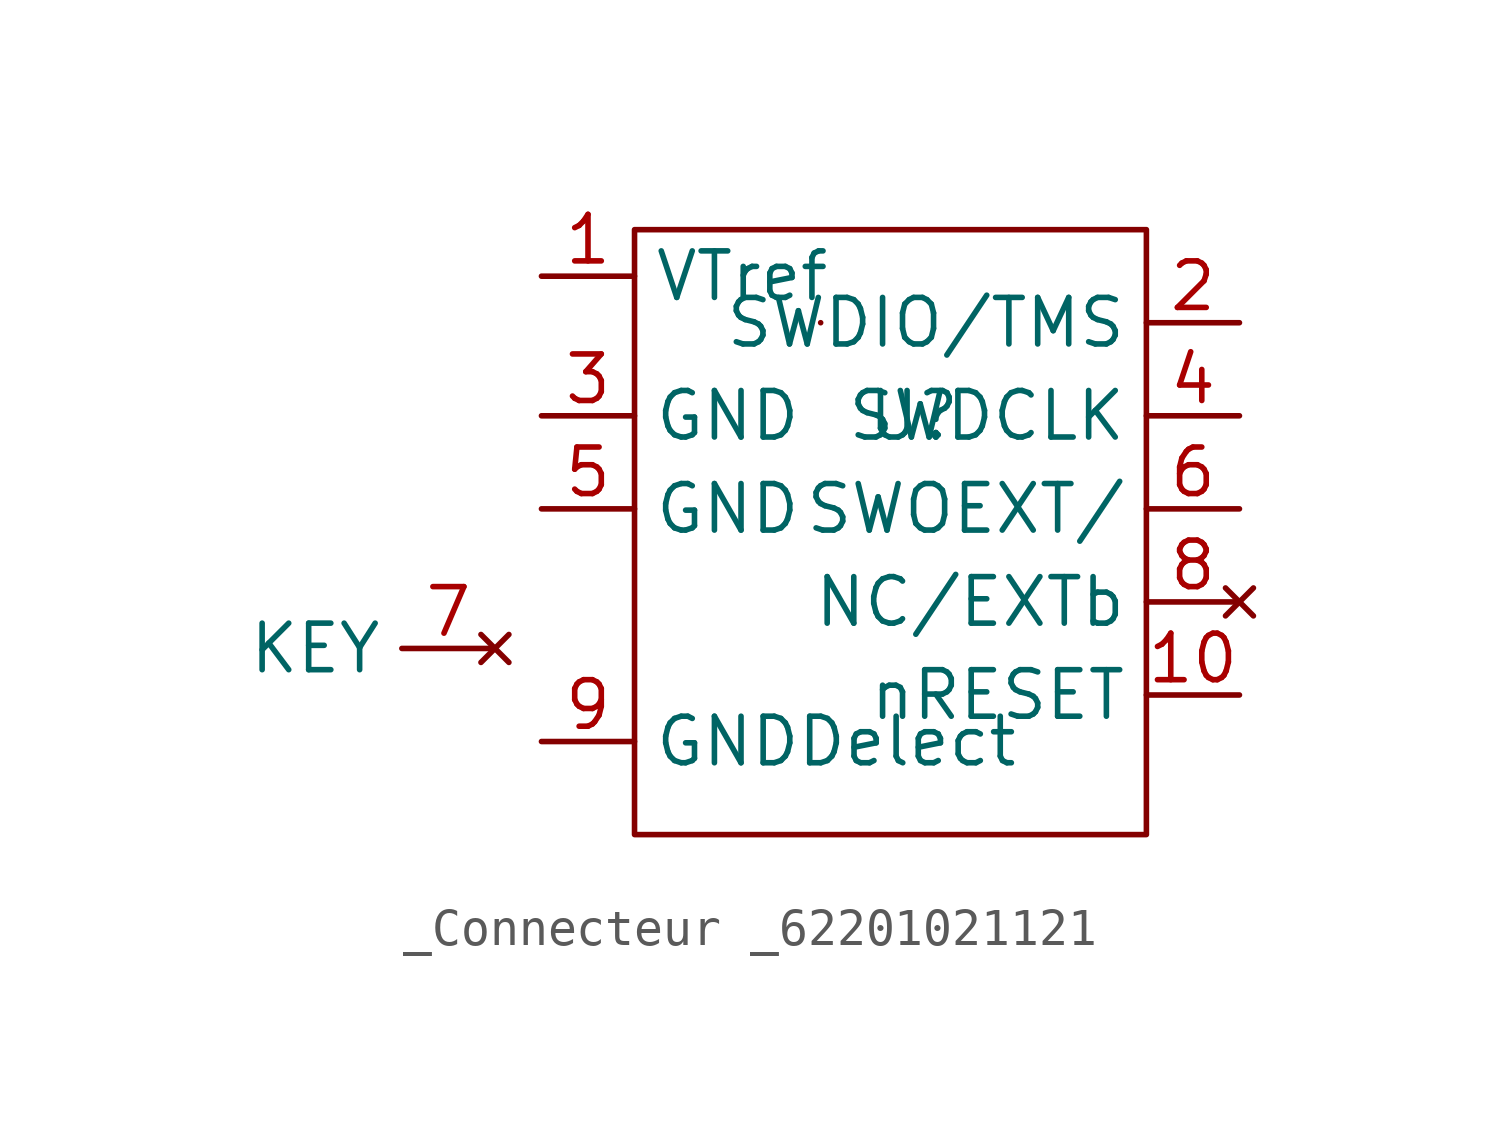
<source format=kicad_sym>
(kicad_symbol_lib
  (version 20220914)
  (generator kicad_symbol_editor)
  (symbol "_Connecteur _62201021121"
    (property "Reference" "U"
      (at 0 0 0)
      (effects (font (size 1.27 1.27))))
    (property "Value" ""
      (at 0 0 0)
      (effects (font (size 1.27 1.27))))
    (symbol "_Connecteur _62201021121_0_1"
      (rectangle (start -7.62 5.08) (end 6.35 -11.43) (stroke (width 0) (type default)) (fill (type none)))
      (rectangle (start -2.54 2.54) (end -2.54 2.54) (stroke (width 0) (type default)) (fill (type none))))
    (symbol "_Connecteur _62201021121_1_1"
      (pin power_in line (at -10.16 3.81 0) (length 2.54) (name "VTref" (effects (font (size 1.27 1.27)))) (number "1" (effects (font (size 1.27 1.27)))))
      (pin power_out line (at 8.89 -7.62 180) (length 2.54) (name "nRESET" (effects (font (size 1.27 1.27)))) (number "10" (effects (font (size 1.27 1.27)))))
      (pin power_out line (at 8.89 2.54 180) (length 2.54) (name "SWDIO/TMS" (effects (font (size 1.27 1.27)))) (number "2" (effects (font (size 1.27 1.27)))))
      (pin power_in line (at -10.16 0 0) (length 2.54) (name "GND" (effects (font (size 1.27 1.27)))) (number "3" (effects (font (size 1.27 1.27)))))
      (pin power_out line (at 8.89 0 180) (length 2.54) (name "SWDCLK" (effects (font (size 1.27 1.27)))) (number "4" (effects (font (size 1.27 1.27)))))
      (pin power_in line (at -10.16 -2.54 0) (length 2.54) (name "GND" (effects (font (size 1.27 1.27)))) (number "5" (effects (font (size 1.27 1.27)))))
      (pin power_out line (at 8.89 -2.54 180) (length 2.54) (name "SWOEXT/" (effects (font (size 1.27 1.27)))) (number "6" (effects (font (size 1.27 1.27)))))
      (pin no_connect line (at -11.43 -6.35 180) (length 2.54) (name "KEY" (effects (font (size 1.27 1.27)))) (number "7" (effects (font (size 1.27 1.27)))))
      (pin no_connect line (at 8.89 -5.08 180) (length 2.54) (name "NC/EXTb" (effects (font (size 1.27 1.27)))) (number "8" (effects (font (size 1.27 1.27)))))
      (pin power_in line (at -10.16 -8.89 0) (length 2.54) (name "GNDDelect" (effects (font (size 1.27 1.27)))) (number "9" (effects (font (size 1.27 1.27))))))))
</source>
